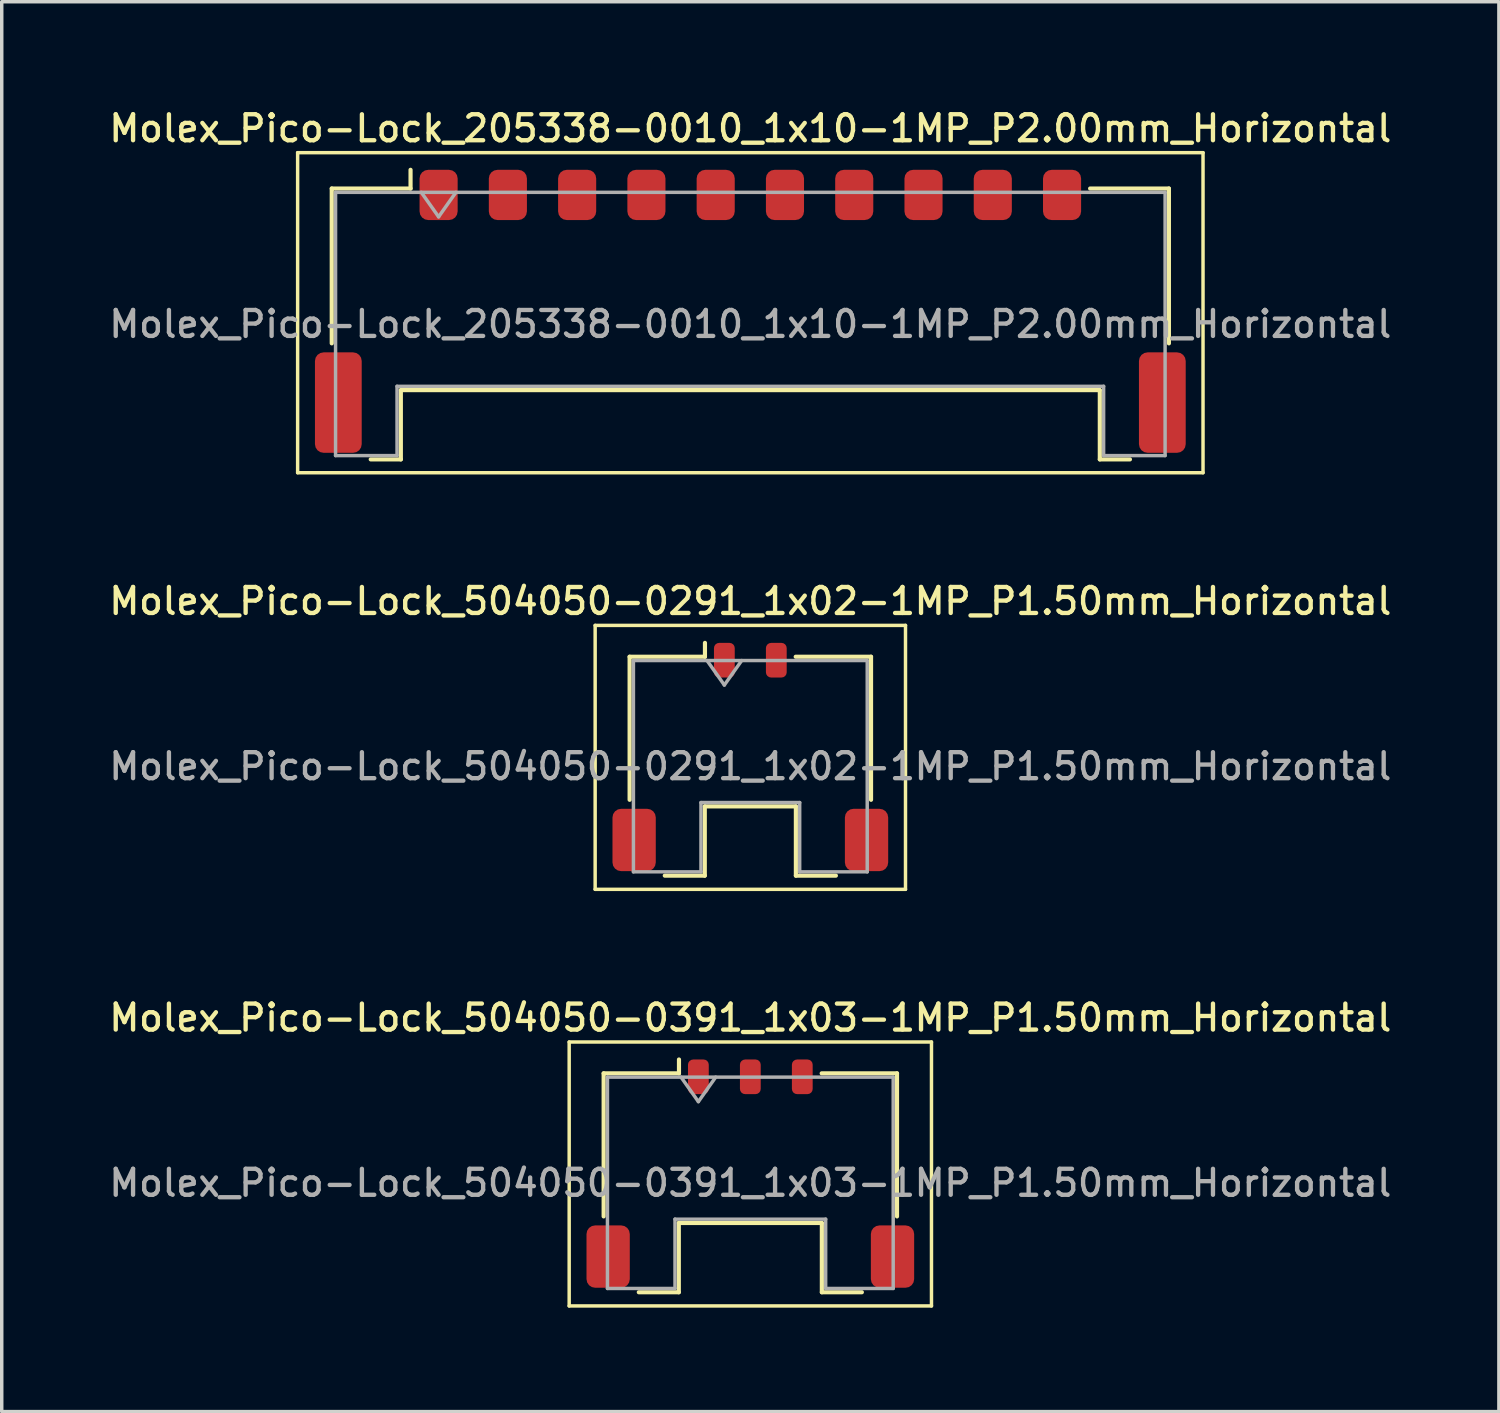
<source format=kicad_pcb>
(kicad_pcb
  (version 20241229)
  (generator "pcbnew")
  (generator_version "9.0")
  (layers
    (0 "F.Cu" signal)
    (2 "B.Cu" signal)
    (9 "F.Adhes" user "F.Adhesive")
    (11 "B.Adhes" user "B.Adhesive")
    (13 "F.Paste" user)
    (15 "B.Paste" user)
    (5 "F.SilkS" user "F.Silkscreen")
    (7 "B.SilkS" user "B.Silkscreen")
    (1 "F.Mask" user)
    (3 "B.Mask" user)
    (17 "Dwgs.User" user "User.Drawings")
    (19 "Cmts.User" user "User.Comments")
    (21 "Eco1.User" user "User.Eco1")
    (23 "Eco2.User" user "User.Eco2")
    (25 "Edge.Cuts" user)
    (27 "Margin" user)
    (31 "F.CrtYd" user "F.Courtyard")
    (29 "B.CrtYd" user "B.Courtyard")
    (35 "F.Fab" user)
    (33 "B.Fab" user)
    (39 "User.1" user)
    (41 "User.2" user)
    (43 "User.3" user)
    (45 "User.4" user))
  (footprint "Molex_Pico-Lock_504050-0391_1x03-1MP_P1.50mm_Horizontal"
    (layer "F.Cu")
    (at 18.613 30.834)
    (property "Reference" "Molex_Pico-Lock_504050-0391_1x03-1MP_P1.50mm_Horizontal" (at 0 -4.5 0) (layer "F.SilkS") (effects (font (size 0.75 0.75) (thickness 0.125))))
    (attr smd)
    (fp_line (start -5.23 -3.8) (end -5.23 3.82) (stroke (width 0.1) (type solid)) (layer "F.SilkS"))
    (fp_line (start -5.23 3.82) (end 5.23 3.82) (stroke (width 0.1) (type solid)) (layer "F.SilkS"))
    (fp_line (start -4.235 -2.895) (end -2.06 -2.895) (stroke (width 0.12) (type solid)) (layer "F.SilkS"))
    (fp_line (start -4.235 1.235) (end -4.235 -2.895) (stroke (width 0.12) (type solid)) (layer "F.SilkS"))
    (fp_line (start -3.22 3.425) (end -2.065 3.425) (stroke (width 0.12) (type solid)) (layer "F.SilkS"))
    (fp_line (start -2.065 1.425) (end 2.065 1.425) (stroke (width 0.12) (type solid)) (layer "F.SilkS"))
    (fp_line (start -2.065 3.425) (end -2.065 1.425) (stroke (width 0.12) (type solid)) (layer "F.SilkS"))
    (fp_line (start -2.06 -2.895) (end -2.06 -3.295) (stroke (width 0.12) (type solid)) (layer "F.SilkS"))
    (fp_line (start 2.065 1.425) (end 2.065 3.425) (stroke (width 0.12) (type solid)) (layer "F.SilkS"))
    (fp_line (start 2.065 3.425) (end 3.22 3.425) (stroke (width 0.12) (type solid)) (layer "F.SilkS"))
    (fp_line (start 4.235 -2.895) (end 2.06 -2.895) (stroke (width 0.12) (type solid)) (layer "F.SilkS"))
    (fp_line (start 4.235 1.235) (end 4.235 -2.895) (stroke (width 0.12) (type solid)) (layer "F.SilkS"))
    (fp_line (start 5.23 -3.8) (end -5.23 -3.8) (stroke (width 0.1) (type solid)) (layer "F.SilkS"))
    (fp_line (start 5.23 3.82) (end 5.23 -3.8) (stroke (width 0.1) (type solid)) (layer "F.SilkS"))
    (fp_line (start -4.125 -2.785) (end -4.125 3.315) (stroke (width 0.1) (type solid)) (layer "F.Fab"))
    (fp_line (start -4.125 -2.785) (end 4.125 -2.785) (stroke (width 0.1) (type solid)) (layer "F.Fab"))
    (fp_line (start -4.125 3.315) (end -2.175 3.315) (stroke (width 0.1) (type solid)) (layer "F.Fab"))
    (fp_line (start -2.175 1.315) (end 2.175 1.315) (stroke (width 0.1) (type solid)) (layer "F.Fab"))
    (fp_line (start -2.175 3.315) (end -2.175 1.315) (stroke (width 0.1) (type solid)) (layer "F.Fab"))
    (fp_line (start -2 -2.785) (end -1.5 -2.078) (stroke (width 0.1) (type solid)) (layer "F.Fab"))
    (fp_line (start -1.5 -2.078) (end -1 -2.785) (stroke (width 0.1) (type solid)) (layer "F.Fab"))
    (fp_line (start 2.175 1.315) (end 2.175 3.315) (stroke (width 0.1) (type solid)) (layer "F.Fab"))
    (fp_line (start 2.175 3.315) (end 4.125 3.315) (stroke (width 0.1) (type solid)) (layer "F.Fab"))
    (fp_line (start 4.125 -2.785) (end 4.125 3.315) (stroke (width 0.1) (type solid)) (layer "F.Fab"))
    (fp_text user "${REFERENCE}" (at 0 0.27 0) (layer "F.Fab") (effects (font (size 0.75 0.75) (thickness 0.125))))
    (pad "1" smd roundrect (at -1.5 -2.795) (size 0.6 1) (layers "F.Cu" "F.Mask" "F.Paste") (roundrect_rratio 0.25))
    (pad "2" smd roundrect (at 0 -2.795) (size 0.6 1) (layers "F.Cu" "F.Mask" "F.Paste") (roundrect_rratio 0.25))
    (pad "3" smd roundrect (at 1.5 -2.795) (size 0.6 1) (layers "F.Cu" "F.Mask" "F.Paste") (roundrect_rratio 0.25))
    (pad "MP" smd roundrect (at -4.105 2.395) (size 1.25 1.8) (layers "F.Cu" "F.Mask" "F.Paste") (roundrect_rratio 0.2))
    (pad "MP" smd roundrect (at 4.105 2.395) (size 1.25 1.8) (layers "F.Cu" "F.Mask" "F.Paste") (roundrect_rratio 0.2)))
  (footprint "Molex_Pico-Lock_504050-0291_1x02-1MP_P1.50mm_Horizontal"
    (layer "F.Cu")
    (at 18.613 18.806)
    (property "Reference" "Molex_Pico-Lock_504050-0291_1x02-1MP_P1.50mm_Horizontal" (at 0 -4.5 0) (layer "F.SilkS") (effects (font (size 0.75 0.75) (thickness 0.125))))
    (attr smd)
    (fp_line (start -4.48 -3.8) (end -4.48 3.82) (stroke (width 0.1) (type solid)) (layer "F.SilkS"))
    (fp_line (start -4.48 3.82) (end 4.48 3.82) (stroke (width 0.1) (type solid)) (layer "F.SilkS"))
    (fp_line (start -3.485 -2.895) (end -1.31 -2.895) (stroke (width 0.12) (type solid)) (layer "F.SilkS"))
    (fp_line (start -3.485 1.235) (end -3.485 -2.895) (stroke (width 0.12) (type solid)) (layer "F.SilkS"))
    (fp_line (start -2.47 3.425) (end -1.315 3.425) (stroke (width 0.12) (type solid)) (layer "F.SilkS"))
    (fp_line (start -1.315 1.425) (end 1.315 1.425) (stroke (width 0.12) (type solid)) (layer "F.SilkS"))
    (fp_line (start -1.315 3.425) (end -1.315 1.425) (stroke (width 0.12) (type solid)) (layer "F.SilkS"))
    (fp_line (start -1.31 -2.895) (end -1.31 -3.295) (stroke (width 0.12) (type solid)) (layer "F.SilkS"))
    (fp_line (start 1.315 1.425) (end 1.315 3.425) (stroke (width 0.12) (type solid)) (layer "F.SilkS"))
    (fp_line (start 1.315 3.425) (end 2.47 3.425) (stroke (width 0.12) (type solid)) (layer "F.SilkS"))
    (fp_line (start 3.485 -2.895) (end 1.31 -2.895) (stroke (width 0.12) (type solid)) (layer "F.SilkS"))
    (fp_line (start 3.485 1.235) (end 3.485 -2.895) (stroke (width 0.12) (type solid)) (layer "F.SilkS"))
    (fp_line (start 4.48 -3.8) (end -4.48 -3.8) (stroke (width 0.1) (type solid)) (layer "F.SilkS"))
    (fp_line (start 4.48 3.82) (end 4.48 -3.8) (stroke (width 0.1) (type solid)) (layer "F.SilkS"))
    (fp_line (start -3.375 -2.785) (end -3.375 3.315) (stroke (width 0.1) (type solid)) (layer "F.Fab"))
    (fp_line (start -3.375 -2.785) (end 3.375 -2.785) (stroke (width 0.1) (type solid)) (layer "F.Fab"))
    (fp_line (start -3.375 3.315) (end -1.425 3.315) (stroke (width 0.1) (type solid)) (layer "F.Fab"))
    (fp_line (start -1.425 1.315) (end 1.425 1.315) (stroke (width 0.1) (type solid)) (layer "F.Fab"))
    (fp_line (start -1.425 3.315) (end -1.425 1.315) (stroke (width 0.1) (type solid)) (layer "F.Fab"))
    (fp_line (start -1.25 -2.785) (end -0.75 -2.078) (stroke (width 0.1) (type solid)) (layer "F.Fab"))
    (fp_line (start -0.75 -2.078) (end -0.25 -2.785) (stroke (width 0.1) (type solid)) (layer "F.Fab"))
    (fp_line (start 1.425 1.315) (end 1.425 3.315) (stroke (width 0.1) (type solid)) (layer "F.Fab"))
    (fp_line (start 1.425 3.315) (end 3.375 3.315) (stroke (width 0.1) (type solid)) (layer "F.Fab"))
    (fp_line (start 3.375 -2.785) (end 3.375 3.315) (stroke (width 0.1) (type solid)) (layer "F.Fab"))
    (fp_text user "${REFERENCE}" (at 0 0.27 0) (layer "F.Fab") (effects (font (size 0.75 0.75) (thickness 0.125))))
    (pad "1" smd roundrect (at -0.75 -2.795) (size 0.6 1) (layers "F.Cu" "F.Mask" "F.Paste") (roundrect_rratio 0.25))
    (pad "2" smd roundrect (at 0.75 -2.795) (size 0.6 1) (layers "F.Cu" "F.Mask" "F.Paste") (roundrect_rratio 0.25))
    (pad "MP" smd roundrect (at -3.355 2.395) (size 1.25 1.8) (layers "F.Cu" "F.Mask" "F.Paste") (roundrect_rratio 0.2))
    (pad "MP" smd roundrect (at 3.355 2.395) (size 1.25 1.8) (layers "F.Cu" "F.Mask" "F.Paste") (roundrect_rratio 0.2)))
  (footprint "Molex_Pico-Lock_205338-0010_1x10-1MP_P2.00mm_Horizontal"
    (layer "F.Cu")
    (at 18.613 5.938)
    (property "Reference" "Molex_Pico-Lock_205338-0010_1x10-1MP_P2.00mm_Horizontal" (at 0 -5.28 0) (layer "F.SilkS") (effects (font (size 0.75 0.75) (thickness 0.125))))
    (attr smd)
    (fp_line (start -13.07 -4.58) (end -13.07 4.66) (stroke (width 0.1) (type solid)) (layer "F.SilkS"))
    (fp_line (start -13.07 4.66) (end 13.07 4.66) (stroke (width 0.1) (type solid)) (layer "F.SilkS"))
    (fp_line (start -12.085 -3.545) (end -9.81 -3.545) (stroke (width 0.12) (type solid)) (layer "F.SilkS"))
    (fp_line (start -12.085 0.925) (end -12.085 -3.545) (stroke (width 0.12) (type solid)) (layer "F.SilkS"))
    (fp_line (start -10.96 4.275) (end -10.09 4.275) (stroke (width 0.12) (type solid)) (layer "F.SilkS"))
    (fp_line (start -10.09 2.275) (end 10.09 2.275) (stroke (width 0.12) (type solid)) (layer "F.SilkS"))
    (fp_line (start -10.09 4.275) (end -10.09 2.275) (stroke (width 0.12) (type solid)) (layer "F.SilkS"))
    (fp_line (start -9.81 -3.545) (end -9.81 -4.085) (stroke (width 0.12) (type solid)) (layer "F.SilkS"))
    (fp_line (start 10.09 2.275) (end 10.09 4.275) (stroke (width 0.12) (type solid)) (layer "F.SilkS"))
    (fp_line (start 10.09 4.275) (end 10.96 4.275) (stroke (width 0.12) (type solid)) (layer "F.SilkS"))
    (fp_line (start 12.085 -3.545) (end 9.81 -3.545) (stroke (width 0.12) (type solid)) (layer "F.SilkS"))
    (fp_line (start 12.085 0.925) (end 12.085 -3.545) (stroke (width 0.12) (type solid)) (layer "F.SilkS"))
    (fp_line (start 13.07 -4.58) (end -13.07 -4.58) (stroke (width 0.1) (type solid)) (layer "F.SilkS"))
    (fp_line (start 13.07 4.66) (end 13.07 -4.58) (stroke (width 0.1) (type solid)) (layer "F.SilkS"))
    (fp_line (start -11.975 -3.435) (end -11.975 4.165) (stroke (width 0.1) (type solid)) (layer "F.Fab"))
    (fp_line (start -11.975 -3.435) (end 11.975 -3.435) (stroke (width 0.1) (type solid)) (layer "F.Fab"))
    (fp_line (start -11.975 4.165) (end -10.2 4.165) (stroke (width 0.1) (type solid)) (layer "F.Fab"))
    (fp_line (start -10.2 2.165) (end 10.2 2.165) (stroke (width 0.1) (type solid)) (layer "F.Fab"))
    (fp_line (start -10.2 4.165) (end -10.2 2.165) (stroke (width 0.1) (type solid)) (layer "F.Fab"))
    (fp_line (start -9.5 -3.435) (end -9 -2.728) (stroke (width 0.1) (type solid)) (layer "F.Fab"))
    (fp_line (start -9 -2.728) (end -8.5 -3.435) (stroke (width 0.1) (type solid)) (layer "F.Fab"))
    (fp_line (start 10.2 2.165) (end 10.2 4.165) (stroke (width 0.1) (type solid)) (layer "F.Fab"))
    (fp_line (start 10.2 4.165) (end 11.975 4.165) (stroke (width 0.1) (type solid)) (layer "F.Fab"))
    (fp_line (start 11.975 -3.435) (end 11.975 4.165) (stroke (width 0.1) (type solid)) (layer "F.Fab"))
    (fp_text user "${REFERENCE}" (at 0 0.37 0) (layer "F.Fab") (effects (font (size 0.75 0.75) (thickness 0.125))))
    (pad "1" smd roundrect (at -9 -3.36) (size 1.1 1.45) (layers "F.Cu" "F.Mask" "F.Paste") (roundrect_rratio 0.227))
    (pad "2" smd roundrect (at -7 -3.36) (size 1.1 1.45) (layers "F.Cu" "F.Mask" "F.Paste") (roundrect_rratio 0.227))
    (pad "3" smd roundrect (at -5 -3.36) (size 1.1 1.45) (layers "F.Cu" "F.Mask" "F.Paste") (roundrect_rratio 0.227))
    (pad "4" smd roundrect (at -3 -3.36) (size 1.1 1.45) (layers "F.Cu" "F.Mask" "F.Paste") (roundrect_rratio 0.227))
    (pad "5" smd roundrect (at -1 -3.36) (size 1.1 1.45) (layers "F.Cu" "F.Mask" "F.Paste") (roundrect_rratio 0.227))
    (pad "6" smd roundrect (at 1 -3.36) (size 1.1 1.45) (layers "F.Cu" "F.Mask" "F.Paste") (roundrect_rratio 0.227))
    (pad "7" smd roundrect (at 3 -3.36) (size 1.1 1.45) (layers "F.Cu" "F.Mask" "F.Paste") (roundrect_rratio 0.227))
    (pad "8" smd roundrect (at 5 -3.36) (size 1.1 1.45) (layers "F.Cu" "F.Mask" "F.Paste") (roundrect_rratio 0.227))
    (pad "9" smd roundrect (at 7 -3.36) (size 1.1 1.45) (layers "F.Cu" "F.Mask" "F.Paste") (roundrect_rratio 0.227))
    (pad "10" smd roundrect (at 9 -3.36) (size 1.1 1.45) (layers "F.Cu" "F.Mask" "F.Paste") (roundrect_rratio 0.227))
    (pad "MP" smd roundrect (at -11.895 2.635) (size 1.35 2.9) (layers "F.Cu" "F.Mask" "F.Paste") (roundrect_rratio 0.185))
    (pad "MP" smd roundrect (at 11.895 2.635) (size 1.35 2.9) (layers "F.Cu" "F.Mask" "F.Paste") (roundrect_rratio 0.185)))
  (gr_rect
    (start -3 -3)
    (end 40.225 37.704)
    (stroke (width 0.1) (type default))
    (fill no)
    (layer "Edge.Cuts")))
</source>
